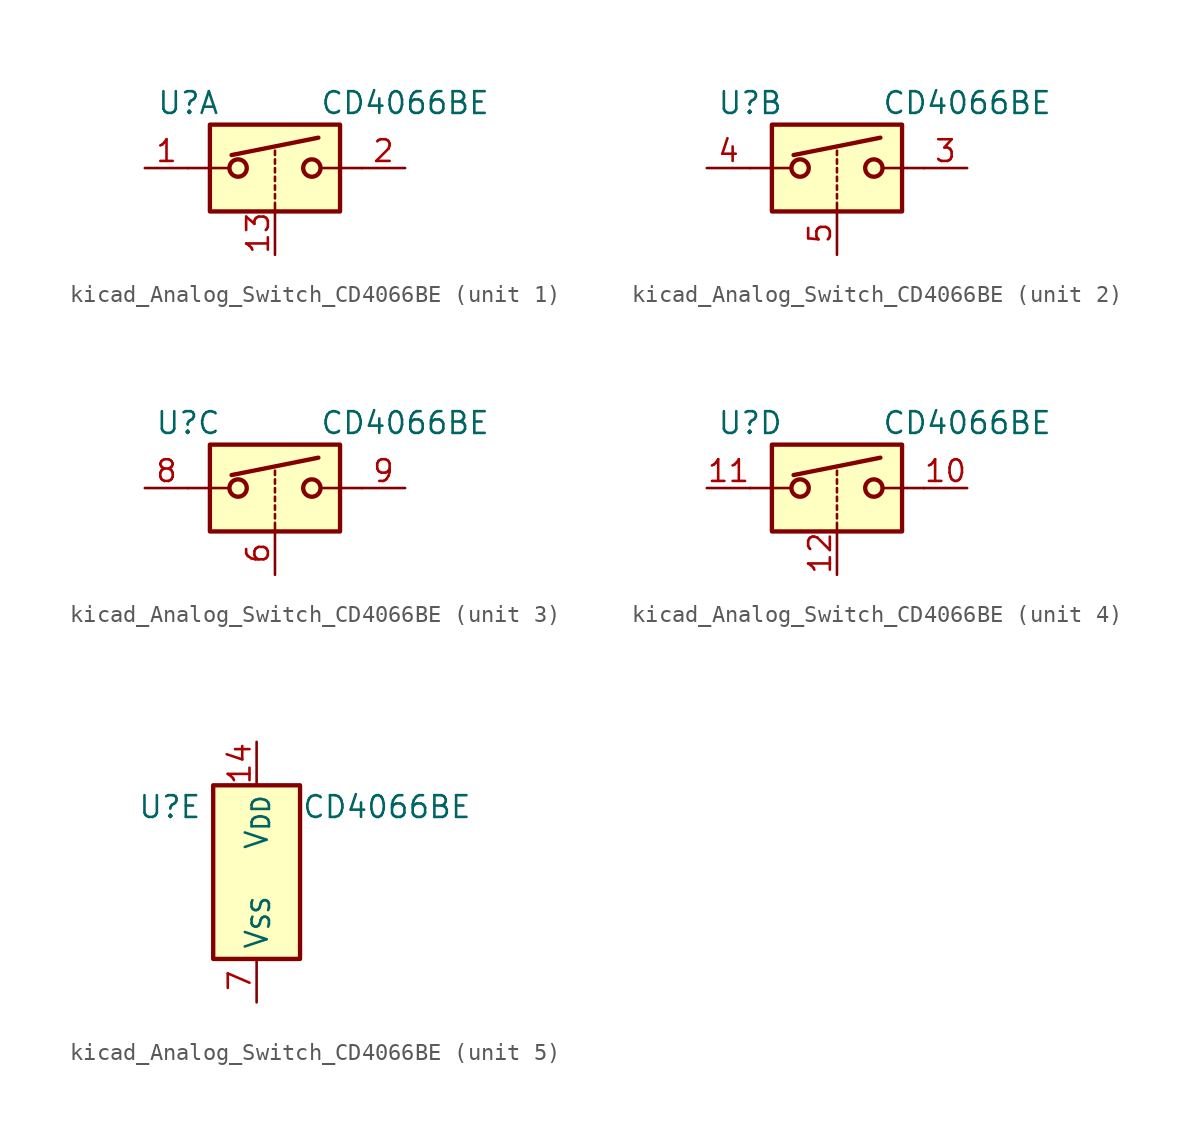
<source format=kicad_sym>
(kicad_symbol_lib
  (version 20220914)
  (generator kicad_symbol_editor)
  (symbol "kicad_Analog_Switch_CD4066BE"
    (property "Reference" "U"
      (at -5.08 3.81 0)
      (effects (font (size 1.27 1.27))))
    (property "Value" "CD4066BE"
      (at 7.62 3.81 0)
      (effects (font (size 1.27 1.27))))
    (property "ki_locked" ""
      (at 0 0 0)
      (effects (font (size 1.27 1.27))))
    (symbol "kicad_Analog_Switch_CD4066BE_1_1"
      (rectangle (start -3.81 2.54) (end 3.81 -2.54) (stroke (width 0.254) (type default)) (fill (type background)))
      (circle (center -2.159 0) (radius 0.508) (stroke (width 0.254) (type default)) (fill (type none)))
      (polyline (pts (xy -5.08 0) (xy -2.794 0)) (stroke (width 0) (type default)) (fill (type none)))
      (polyline (pts (xy -2.54 0.762) (xy 2.54 1.778)) (stroke (width 0.254) (type default)) (fill (type none)))
      (polyline (pts (xy 0 -2.54) (xy 0 -2.032)) (stroke (width 0) (type default)) (fill (type none)))
      (polyline (pts (xy 0 -1.778) (xy 0 -1.524)) (stroke (width 0) (type default)) (fill (type none)))
      (polyline (pts (xy 0 -1.27) (xy 0 -1.016)) (stroke (width 0) (type default)) (fill (type none)))
      (polyline (pts (xy 0 -0.762) (xy 0 -0.508)) (stroke (width 0) (type default)) (fill (type none)))
      (polyline (pts (xy 0 -0.254) (xy 0 0)) (stroke (width 0) (type default)) (fill (type none)))
      (polyline (pts (xy 0 0.254) (xy 0 0.508)) (stroke (width 0) (type default)) (fill (type none)))
      (polyline (pts (xy 0 0.762) (xy 0 1.016)) (stroke (width 0) (type default)) (fill (type none)))
      (polyline (pts (xy 5.08 0) (xy 2.794 0)) (stroke (width 0) (type default)) (fill (type none)))
      (circle (center 2.159 0) (radius 0.508) (stroke (width 0.254) (type default)) (fill (type none)))
      (pin bidirectional line (at -7.62 0 0) (length 2.54) (name "~" (effects (font (size 1.27 1.27)))) (number "1" (effects (font (size 1.27 1.27)))))
      (pin input line (at 0 -5.08 90) (length 2.54) (name "~" (effects (font (size 1.27 1.27)))) (number "13" (effects (font (size 1.27 1.27)))))
      (pin bidirectional line (at 7.62 0 180) (length 2.54) (name "~" (effects (font (size 1.27 1.27)))) (number "2" (effects (font (size 1.27 1.27))))))
    (symbol "kicad_Analog_Switch_CD4066BE_2_1"
      (rectangle (start -3.81 2.54) (end 3.81 -2.54) (stroke (width 0.254) (type default)) (fill (type background)))
      (circle (center -2.159 0) (radius 0.508) (stroke (width 0.254) (type default)) (fill (type none)))
      (polyline (pts (xy -5.08 0) (xy -2.794 0)) (stroke (width 0) (type default)) (fill (type none)))
      (polyline (pts (xy -2.54 0.762) (xy 2.54 1.778)) (stroke (width 0.254) (type default)) (fill (type none)))
      (polyline (pts (xy 0 -2.54) (xy 0 -2.032)) (stroke (width 0) (type default)) (fill (type none)))
      (polyline (pts (xy 0 -1.778) (xy 0 -1.524)) (stroke (width 0) (type default)) (fill (type none)))
      (polyline (pts (xy 0 -1.27) (xy 0 -1.016)) (stroke (width 0) (type default)) (fill (type none)))
      (polyline (pts (xy 0 -0.762) (xy 0 -0.508)) (stroke (width 0) (type default)) (fill (type none)))
      (polyline (pts (xy 0 -0.254) (xy 0 0)) (stroke (width 0) (type default)) (fill (type none)))
      (polyline (pts (xy 0 0.254) (xy 0 0.508)) (stroke (width 0) (type default)) (fill (type none)))
      (polyline (pts (xy 0 0.762) (xy 0 1.016)) (stroke (width 0) (type default)) (fill (type none)))
      (polyline (pts (xy 5.08 0) (xy 2.794 0)) (stroke (width 0) (type default)) (fill (type none)))
      (circle (center 2.159 0) (radius 0.508) (stroke (width 0.254) (type default)) (fill (type none)))
      (pin bidirectional line (at 7.62 0 180) (length 2.54) (name "~" (effects (font (size 1.27 1.27)))) (number "3" (effects (font (size 1.27 1.27)))))
      (pin bidirectional line (at -7.62 0 0) (length 2.54) (name "~" (effects (font (size 1.27 1.27)))) (number "4" (effects (font (size 1.27 1.27)))))
      (pin input line (at 0 -5.08 90) (length 2.54) (name "~" (effects (font (size 1.27 1.27)))) (number "5" (effects (font (size 1.27 1.27))))))
    (symbol "kicad_Analog_Switch_CD4066BE_3_1"
      (rectangle (start -3.81 2.54) (end 3.81 -2.54) (stroke (width 0.254) (type default)) (fill (type background)))
      (circle (center -2.159 0) (radius 0.508) (stroke (width 0.254) (type default)) (fill (type none)))
      (polyline (pts (xy -5.08 0) (xy -2.794 0)) (stroke (width 0) (type default)) (fill (type none)))
      (polyline (pts (xy -2.54 0.762) (xy 2.54 1.778)) (stroke (width 0.254) (type default)) (fill (type none)))
      (polyline (pts (xy 0 -2.54) (xy 0 -2.032)) (stroke (width 0) (type default)) (fill (type none)))
      (polyline (pts (xy 0 -1.778) (xy 0 -1.524)) (stroke (width 0) (type default)) (fill (type none)))
      (polyline (pts (xy 0 -1.27) (xy 0 -1.016)) (stroke (width 0) (type default)) (fill (type none)))
      (polyline (pts (xy 0 -0.762) (xy 0 -0.508)) (stroke (width 0) (type default)) (fill (type none)))
      (polyline (pts (xy 0 -0.254) (xy 0 0)) (stroke (width 0) (type default)) (fill (type none)))
      (polyline (pts (xy 0 0.254) (xy 0 0.508)) (stroke (width 0) (type default)) (fill (type none)))
      (polyline (pts (xy 0 0.762) (xy 0 1.016)) (stroke (width 0) (type default)) (fill (type none)))
      (polyline (pts (xy 5.08 0) (xy 2.794 0)) (stroke (width 0) (type default)) (fill (type none)))
      (circle (center 2.159 0) (radius 0.508) (stroke (width 0.254) (type default)) (fill (type none)))
      (pin input line (at 0 -5.08 90) (length 2.54) (name "~" (effects (font (size 1.27 1.27)))) (number "6" (effects (font (size 1.27 1.27)))))
      (pin bidirectional line (at -7.62 0 0) (length 2.54) (name "~" (effects (font (size 1.27 1.27)))) (number "8" (effects (font (size 1.27 1.27)))))
      (pin bidirectional line (at 7.62 0 180) (length 2.54) (name "~" (effects (font (size 1.27 1.27)))) (number "9" (effects (font (size 1.27 1.27))))))
    (symbol "kicad_Analog_Switch_CD4066BE_4_1"
      (rectangle (start -3.81 2.54) (end 3.81 -2.54) (stroke (width 0.254) (type default)) (fill (type background)))
      (circle (center -2.159 0) (radius 0.508) (stroke (width 0.254) (type default)) (fill (type none)))
      (polyline (pts (xy -5.08 0) (xy -2.794 0)) (stroke (width 0) (type default)) (fill (type none)))
      (polyline (pts (xy -2.54 0.762) (xy 2.54 1.778)) (stroke (width 0.254) (type default)) (fill (type none)))
      (polyline (pts (xy 0 -2.54) (xy 0 -2.032)) (stroke (width 0) (type default)) (fill (type none)))
      (polyline (pts (xy 0 -1.778) (xy 0 -1.524)) (stroke (width 0) (type default)) (fill (type none)))
      (polyline (pts (xy 0 -1.27) (xy 0 -1.016)) (stroke (width 0) (type default)) (fill (type none)))
      (polyline (pts (xy 0 -0.762) (xy 0 -0.508)) (stroke (width 0) (type default)) (fill (type none)))
      (polyline (pts (xy 0 -0.254) (xy 0 0)) (stroke (width 0) (type default)) (fill (type none)))
      (polyline (pts (xy 0 0.254) (xy 0 0.508)) (stroke (width 0) (type default)) (fill (type none)))
      (polyline (pts (xy 0 0.762) (xy 0 1.016)) (stroke (width 0) (type default)) (fill (type none)))
      (polyline (pts (xy 5.08 0) (xy 2.794 0)) (stroke (width 0) (type default)) (fill (type none)))
      (circle (center 2.159 0) (radius 0.508) (stroke (width 0.254) (type default)) (fill (type none)))
      (pin bidirectional line (at 7.62 0 180) (length 2.54) (name "~" (effects (font (size 1.27 1.27)))) (number "10" (effects (font (size 1.27 1.27)))))
      (pin bidirectional line (at -7.62 0 0) (length 2.54) (name "~" (effects (font (size 1.27 1.27)))) (number "11" (effects (font (size 1.27 1.27)))))
      (pin input line (at 0 -5.08 90) (length 2.54) (name "~" (effects (font (size 1.27 1.27)))) (number "12" (effects (font (size 1.27 1.27))))))
    (symbol "kicad_Analog_Switch_CD4066BE_5_1"
      (rectangle (start -2.54 5.08) (end 2.54 -5.08) (stroke (width 0.254) (type default)) (fill (type background)))
      (pin power_in line (at 0 7.62 270) (length 2.54) (name "V_{DD}" (effects (font (size 1.27 1.27)))) (number "14" (effects (font (size 1.27 1.27)))))
      (pin power_in line (at 0 -7.62 90) (length 2.54) (name "V_{SS}" (effects (font (size 1.27 1.27)))) (number "7" (effects (font (size 1.27 1.27))))))))
</source>
